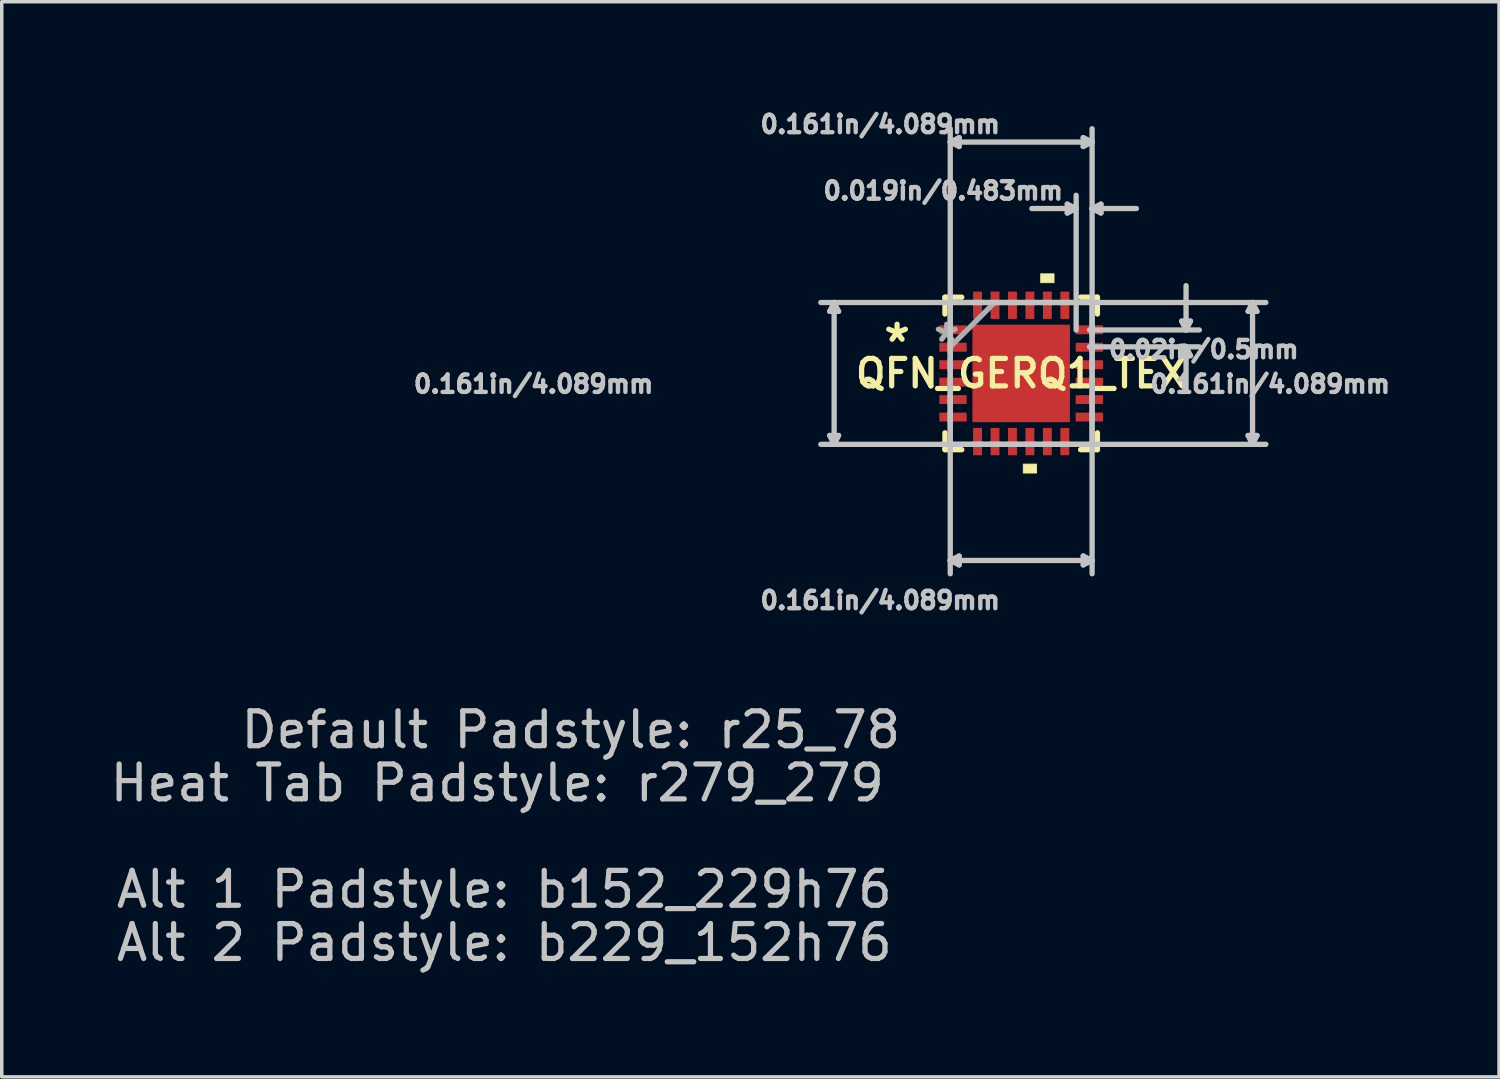
<source format=kicad_pcb>
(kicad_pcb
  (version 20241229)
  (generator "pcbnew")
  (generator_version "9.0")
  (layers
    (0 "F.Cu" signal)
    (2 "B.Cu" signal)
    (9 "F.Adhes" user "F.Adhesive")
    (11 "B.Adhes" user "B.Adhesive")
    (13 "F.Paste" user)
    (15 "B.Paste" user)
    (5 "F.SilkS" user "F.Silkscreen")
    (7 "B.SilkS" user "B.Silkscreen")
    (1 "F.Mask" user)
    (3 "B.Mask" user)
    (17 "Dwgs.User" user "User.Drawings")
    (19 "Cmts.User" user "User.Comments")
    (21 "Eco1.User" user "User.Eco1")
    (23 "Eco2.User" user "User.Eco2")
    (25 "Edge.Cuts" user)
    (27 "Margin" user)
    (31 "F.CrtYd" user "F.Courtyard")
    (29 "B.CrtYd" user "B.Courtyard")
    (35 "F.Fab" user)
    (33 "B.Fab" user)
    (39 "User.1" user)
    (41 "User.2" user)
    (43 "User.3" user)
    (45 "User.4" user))
  (footprint "QFN_GERQ1_TEX"
    (layer "F.Cu")
    (at 26.208 7.649)
    (property "Reference" "QFN_GERQ1_TEX" (at 0 0 0) (layer "F.SilkS") (effects (font (size 0.787 0.787) (thickness 0.15))))
    (attr smd)
    (fp_line (start -2.184 -2.184) (end -2.184 -1.702) (stroke (width 0.152) (type solid)) (layer "F.SilkS"))
    (fp_line (start -2.184 1.702) (end -2.184 2.184) (stroke (width 0.152) (type solid)) (layer "F.SilkS"))
    (fp_line (start -2.184 2.184) (end -1.702 2.184) (stroke (width 0.152) (type solid)) (layer "F.SilkS"))
    (fp_line (start -1.702 -2.184) (end -2.184 -2.184) (stroke (width 0.152) (type solid)) (layer "F.SilkS"))
    (fp_line (start 1.702 2.184) (end 2.184 2.184) (stroke (width 0.152) (type solid)) (layer "F.SilkS"))
    (fp_line (start 2.184 -2.184) (end 1.702 -2.184) (stroke (width 0.152) (type solid)) (layer "F.SilkS"))
    (fp_line (start 2.184 -1.702) (end 2.184 -2.184) (stroke (width 0.152) (type solid)) (layer "F.SilkS"))
    (fp_line (start 2.184 2.184) (end 2.184 1.702) (stroke (width 0.152) (type solid)) (layer "F.SilkS"))
    (fp_poly (pts (xy 0.06 2.599) (xy 0.06 2.853) (xy 0.441 2.853) (xy 0.441 2.599)) (stroke (width 0.025) (type solid)) (fill yes) (layer "F.SilkS"))
    (fp_poly (pts (xy 0.56 -2.599) (xy 0.56 -2.853) (xy 0.941 -2.853) (xy 0.941 -2.599)) (stroke (width 0.025) (type solid)) (fill yes) (layer "F.SilkS"))
    (fp_poly (pts (xy -1.297 -1.297) (xy -1.297 -0.1) (xy -0.1 -0.1) (xy -0.1 -1.297)) (stroke (width 0.025) (type solid)) (fill yes) (layer "F.Paste"))
    (fp_poly (pts (xy -1.297 0.1) (xy -1.297 1.297) (xy -0.1 1.297) (xy -0.1 0.1)) (stroke (width 0.025) (type solid)) (fill yes) (layer "F.Paste"))
    (fp_poly (pts (xy 0.1 -1.297) (xy 0.1 -0.1) (xy 1.297 -0.1) (xy 1.297 -1.297)) (stroke (width 0.025) (type solid)) (fill yes) (layer "F.Paste"))
    (fp_poly (pts (xy 0.1 0.1) (xy 0.1 1.297) (xy 1.297 1.297) (xy 1.297 0.1)) (stroke (width 0.025) (type solid)) (fill yes) (layer "F.Paste"))
    (fp_line (start -5.486 -1.778) (end -5.232 -1.778) (stroke (width 0.152) (type solid)) (layer "Dwgs.User"))
    (fp_line (start -5.486 1.778) (end -5.232 1.778) (stroke (width 0.152) (type solid)) (layer "Dwgs.User"))
    (fp_line (start -5.359 -2.032) (end -5.74 -2.032) (stroke (width 0.152) (type solid)) (layer "Dwgs.User"))
    (fp_line (start -5.359 -2.032) (end -5.486 -1.778) (stroke (width 0.152) (type solid)) (layer "Dwgs.User"))
    (fp_line (start -5.359 -2.032) (end -5.359 2.032) (stroke (width 0.152) (type solid)) (layer "Dwgs.User"))
    (fp_line (start -5.359 -2.032) (end -5.232 -1.778) (stroke (width 0.152) (type solid)) (layer "Dwgs.User"))
    (fp_line (start -5.359 2.032) (end -5.74 2.032) (stroke (width 0.152) (type solid)) (layer "Dwgs.User"))
    (fp_line (start -5.359 2.032) (end -5.486 1.778) (stroke (width 0.152) (type solid)) (layer "Dwgs.User"))
    (fp_line (start -5.359 2.032) (end -5.232 1.778) (stroke (width 0.152) (type solid)) (layer "Dwgs.User"))
    (fp_line (start -2.032 -6.629) (end -2.032 -7.01) (stroke (width 0.152) (type solid)) (layer "Dwgs.User"))
    (fp_line (start -2.032 -6.629) (end -1.778 -6.756) (stroke (width 0.152) (type solid)) (layer "Dwgs.User"))
    (fp_line (start -2.032 -6.629) (end -1.778 -6.502) (stroke (width 0.152) (type solid)) (layer "Dwgs.User"))
    (fp_line (start -2.032 -6.629) (end 2.032 -6.629) (stroke (width 0.152) (type solid)) (layer "Dwgs.User"))
    (fp_line (start -2.032 -2.032) (end -5.359 -2.032) (stroke (width 0.152) (type solid)) (layer "Dwgs.User"))
    (fp_line (start -2.032 -2.032) (end -2.032 -6.629) (stroke (width 0.152) (type solid)) (layer "Dwgs.User"))
    (fp_line (start -2.032 -2.032) (end -2.032 5.359) (stroke (width 0.152) (type solid)) (layer "Dwgs.User"))
    (fp_line (start -2.032 5.359) (end -2.032 5.74) (stroke (width 0.152) (type solid)) (layer "Dwgs.User"))
    (fp_line (start -2.032 5.359) (end -1.778 5.232) (stroke (width 0.152) (type solid)) (layer "Dwgs.User"))
    (fp_line (start -2.032 5.359) (end -1.778 5.486) (stroke (width 0.152) (type solid)) (layer "Dwgs.User"))
    (fp_line (start -2.032 5.359) (end 2.032 5.359) (stroke (width 0.152) (type solid)) (layer "Dwgs.User"))
    (fp_line (start -1.778 -6.756) (end -1.778 -6.502) (stroke (width 0.152) (type solid)) (layer "Dwgs.User"))
    (fp_line (start -1.778 5.232) (end -1.778 5.486) (stroke (width 0.152) (type solid)) (layer "Dwgs.User"))
    (fp_line (start 1.321 -4.851) (end 1.321 -4.597) (stroke (width 0.152) (type solid)) (layer "Dwgs.User"))
    (fp_line (start 1.575 -4.724) (end 0.305 -4.724) (stroke (width 0.152) (type solid)) (layer "Dwgs.User"))
    (fp_line (start 1.575 -4.724) (end 1.321 -4.851) (stroke (width 0.152) (type solid)) (layer "Dwgs.User"))
    (fp_line (start 1.575 -4.724) (end 1.321 -4.597) (stroke (width 0.152) (type solid)) (layer "Dwgs.User"))
    (fp_line (start 1.575 -4.724) (end 1.575 -5.105) (stroke (width 0.152) (type solid)) (layer "Dwgs.User"))
    (fp_line (start 1.575 -1.245) (end 1.575 -4.724) (stroke (width 0.152) (type solid)) (layer "Dwgs.User"))
    (fp_line (start 1.778 -6.756) (end 1.778 -6.502) (stroke (width 0.152) (type solid)) (layer "Dwgs.User"))
    (fp_line (start 1.778 5.232) (end 1.778 5.486) (stroke (width 0.152) (type solid)) (layer "Dwgs.User"))
    (fp_line (start 1.956 -1.245) (end 2.032 -1.245) (stroke (width 0.152) (type solid)) (layer "Dwgs.User"))
    (fp_line (start 1.956 -0.762) (end 4.724 -0.762) (stroke (width 0.152) (type solid)) (layer "Dwgs.User"))
    (fp_line (start 2.032 -6.629) (end 1.778 -6.756) (stroke (width 0.152) (type solid)) (layer "Dwgs.User"))
    (fp_line (start 2.032 -6.629) (end 1.778 -6.502) (stroke (width 0.152) (type solid)) (layer "Dwgs.User"))
    (fp_line (start 2.032 -6.629) (end 2.032 -7.01) (stroke (width 0.152) (type solid)) (layer "Dwgs.User"))
    (fp_line (start 2.032 -4.724) (end 2.032 -6.629) (stroke (width 0.152) (type solid)) (layer "Dwgs.User"))
    (fp_line (start 2.032 -4.724) (end 2.286 -4.851) (stroke (width 0.152) (type solid)) (layer "Dwgs.User"))
    (fp_line (start 2.032 -4.724) (end 2.286 -4.597) (stroke (width 0.152) (type solid)) (layer "Dwgs.User"))
    (fp_line (start 2.032 -4.724) (end 3.302 -4.724) (stroke (width 0.152) (type solid)) (layer "Dwgs.User"))
    (fp_line (start 2.032 -2.032) (end -2.032 -2.032) (stroke (width 0.152) (type solid)) (layer "Dwgs.User"))
    (fp_line (start 2.032 -2.032) (end 2.032 -4.724) (stroke (width 0.152) (type solid)) (layer "Dwgs.User"))
    (fp_line (start 2.032 -2.032) (end 6.629 -2.032) (stroke (width 0.152) (type solid)) (layer "Dwgs.User"))
    (fp_line (start 2.032 -1.245) (end 2.032 -2.032) (stroke (width 0.152) (type solid)) (layer "Dwgs.User"))
    (fp_line (start 2.032 -1.245) (end 2.032 5.359) (stroke (width 0.152) (type solid)) (layer "Dwgs.User"))
    (fp_line (start 2.032 -1.245) (end 4.724 -1.245) (stroke (width 0.152) (type solid)) (layer "Dwgs.User"))
    (fp_line (start 2.032 5.359) (end 1.778 5.232) (stroke (width 0.152) (type solid)) (layer "Dwgs.User"))
    (fp_line (start 2.032 5.359) (end 1.778 5.486) (stroke (width 0.152) (type solid)) (layer "Dwgs.User"))
    (fp_line (start 2.032 5.359) (end 2.032 5.74) (stroke (width 0.152) (type solid)) (layer "Dwgs.User"))
    (fp_line (start 2.286 -4.851) (end 2.286 -4.597) (stroke (width 0.152) (type solid)) (layer "Dwgs.User"))
    (fp_line (start 4.597 -1.499) (end 4.851 -1.499) (stroke (width 0.152) (type solid)) (layer "Dwgs.User"))
    (fp_line (start 4.597 -0.508) (end 4.851 -0.508) (stroke (width 0.152) (type solid)) (layer "Dwgs.User"))
    (fp_line (start 4.724 -1.245) (end 4.597 -1.499) (stroke (width 0.152) (type solid)) (layer "Dwgs.User"))
    (fp_line (start 4.724 -1.245) (end 4.724 -2.515) (stroke (width 0.152) (type solid)) (layer "Dwgs.User"))
    (fp_line (start 4.724 -1.245) (end 4.851 -1.499) (stroke (width 0.152) (type solid)) (layer "Dwgs.User"))
    (fp_line (start 4.724 -1.245) (end 5.105 -1.245) (stroke (width 0.152) (type solid)) (layer "Dwgs.User"))
    (fp_line (start 4.724 -0.762) (end 4.597 -0.508) (stroke (width 0.152) (type solid)) (layer "Dwgs.User"))
    (fp_line (start 4.724 -0.762) (end 4.724 0.508) (stroke (width 0.152) (type solid)) (layer "Dwgs.User"))
    (fp_line (start 4.724 -0.762) (end 4.851 -0.508) (stroke (width 0.152) (type solid)) (layer "Dwgs.User"))
    (fp_line (start 4.724 -0.762) (end 5.105 -0.762) (stroke (width 0.152) (type solid)) (layer "Dwgs.User"))
    (fp_line (start 6.502 -1.778) (end 6.756 -1.778) (stroke (width 0.152) (type solid)) (layer "Dwgs.User"))
    (fp_line (start 6.502 1.778) (end 6.756 1.778) (stroke (width 0.152) (type solid)) (layer "Dwgs.User"))
    (fp_line (start 6.629 -2.032) (end 6.502 -1.778) (stroke (width 0.152) (type solid)) (layer "Dwgs.User"))
    (fp_line (start 6.629 -2.032) (end 6.629 2.032) (stroke (width 0.152) (type solid)) (layer "Dwgs.User"))
    (fp_line (start 6.629 -2.032) (end 6.756 -1.778) (stroke (width 0.152) (type solid)) (layer "Dwgs.User"))
    (fp_line (start 6.629 -2.032) (end 7.01 -2.032) (stroke (width 0.152) (type solid)) (layer "Dwgs.User"))
    (fp_line (start 6.629 2.032) (end -5.359 2.032) (stroke (width 0.152) (type solid)) (layer "Dwgs.User"))
    (fp_line (start 6.629 2.032) (end 6.502 1.778) (stroke (width 0.152) (type solid)) (layer "Dwgs.User"))
    (fp_line (start 6.629 2.032) (end 6.756 1.778) (stroke (width 0.152) (type solid)) (layer "Dwgs.User"))
    (fp_line (start 6.629 2.032) (end 7.01 2.032) (stroke (width 0.152) (type solid)) (layer "Dwgs.User"))
    (fp_line (start -2.032 -2.032) (end -2.032 2.032) (stroke (width 0.152) (type solid)) (layer "F.Fab"))
    (fp_line (start -2.032 -1.397) (end -2.032 -1.092) (stroke (width 0.152) (type solid)) (layer "F.Fab"))
    (fp_line (start -2.032 -0.914) (end -2.032 -0.61) (stroke (width 0.152) (type solid)) (layer "F.Fab"))
    (fp_line (start -2.032 -0.762) (end -0.762 -2.032) (stroke (width 0.152) (type solid)) (layer "F.Fab"))
    (fp_line (start -2.032 -0.406) (end -2.032 -0.102) (stroke (width 0.152) (type solid)) (layer "F.Fab"))
    (fp_line (start -2.032 0.102) (end -2.032 0.406) (stroke (width 0.152) (type solid)) (layer "F.Fab"))
    (fp_line (start -2.032 0.61) (end -2.032 0.914) (stroke (width 0.152) (type solid)) (layer "F.Fab"))
    (fp_line (start -2.032 1.092) (end -2.032 1.397) (stroke (width 0.152) (type solid)) (layer "F.Fab"))
    (fp_line (start -2.032 2.032) (end 2.032 2.032) (stroke (width 0.152) (type solid)) (layer "F.Fab"))
    (fp_line (start -1.397 2.032) (end -1.092 2.032) (stroke (width 0.152) (type solid)) (layer "F.Fab"))
    (fp_line (start -1.092 -2.032) (end -1.397 -2.032) (stroke (width 0.152) (type solid)) (layer "F.Fab"))
    (fp_line (start -0.914 2.032) (end -0.61 2.032) (stroke (width 0.152) (type solid)) (layer "F.Fab"))
    (fp_line (start -0.61 -2.032) (end -0.914 -2.032) (stroke (width 0.152) (type solid)) (layer "F.Fab"))
    (fp_line (start -0.406 2.032) (end -0.102 2.032) (stroke (width 0.152) (type solid)) (layer "F.Fab"))
    (fp_line (start -0.102 -2.032) (end -0.406 -2.032) (stroke (width 0.152) (type solid)) (layer "F.Fab"))
    (fp_line (start 0.102 2.032) (end 0.406 2.032) (stroke (width 0.152) (type solid)) (layer "F.Fab"))
    (fp_line (start 0.406 -2.032) (end 0.102 -2.032) (stroke (width 0.152) (type solid)) (layer "F.Fab"))
    (fp_line (start 0.61 2.032) (end 0.914 2.032) (stroke (width 0.152) (type solid)) (layer "F.Fab"))
    (fp_line (start 0.914 -2.032) (end 0.61 -2.032) (stroke (width 0.152) (type solid)) (layer "F.Fab"))
    (fp_line (start 1.092 2.032) (end 1.397 2.032) (stroke (width 0.152) (type solid)) (layer "F.Fab"))
    (fp_line (start 1.397 -2.032) (end 1.092 -2.032) (stroke (width 0.152) (type solid)) (layer "F.Fab"))
    (fp_line (start 2.032 -2.032) (end -2.032 -2.032) (stroke (width 0.152) (type solid)) (layer "F.Fab"))
    (fp_line (start 2.032 -1.092) (end 2.032 -1.397) (stroke (width 0.152) (type solid)) (layer "F.Fab"))
    (fp_line (start 2.032 -0.61) (end 2.032 -0.914) (stroke (width 0.152) (type solid)) (layer "F.Fab"))
    (fp_line (start 2.032 -0.102) (end 2.032 -0.406) (stroke (width 0.152) (type solid)) (layer "F.Fab"))
    (fp_line (start 2.032 0.406) (end 2.032 0.102) (stroke (width 0.152) (type solid)) (layer "F.Fab"))
    (fp_line (start 2.032 0.914) (end 2.032 0.61) (stroke (width 0.152) (type solid)) (layer "F.Fab"))
    (fp_line (start 2.032 1.397) (end 2.032 1.092) (stroke (width 0.152) (type solid)) (layer "F.Fab"))
    (fp_line (start 2.032 2.032) (end 2.032 -2.032) (stroke (width 0.152) (type solid)) (layer "F.Fab"))
    (fp_text user "*" (at -3.556 -0.864 0) (layer "F.SilkS") (effects (font (size 1 1) (thickness 0.15))))
    (fp_text user "Alt 2 Padstyle: b229_152h76" (at -14.808 16.307 0) (layer "Dwgs.User") (effects (font (size 1 1) (thickness 0.15))))
    (fp_text user "0.161in/4.089mm" (at -4.039 -7.137 0) (layer "Dwgs.User") (effects (font (size 0.5 0.5) (thickness 0.15))))
    (fp_text user "0.019in/0.483mm" (at -2.235 -5.232 0) (layer "Dwgs.User") (effects (font (size 0.5 0.5) (thickness 0.15))))
    (fp_text user "Heat Tab Padstyle: r279_279" (at -15.011 11.735 0) (layer "Dwgs.User") (effects (font (size 1 1) (thickness 0.15))))
    (fp_text user "0.161in/4.089mm" (at 7.137 0.305 0) (layer "Dwgs.User") (effects (font (size 0.5 0.5) (thickness 0.15))))
    (fp_text user "0.161in/4.089mm" (at -13.97 0.305 0) (layer "Dwgs.User") (effects (font (size 0.5 0.5) (thickness 0.15))))
    (fp_text user "Default Padstyle: r25_78" (at -12.903 10.211 0) (layer "Dwgs.User") (effects (font (size 1 1) (thickness 0.15))))
    (fp_text user "0.161in/4.089mm" (at -4.039 6.502 0) (layer "Dwgs.User") (effects (font (size 0.5 0.5) (thickness 0.15))))
    (fp_text user "0.02in/0.5mm" (at 5.232 -0.686 0) (layer "Dwgs.User") (effects (font (size 0.5 0.5) (thickness 0.15))))
    (fp_text user "Alt 1 Padstyle: b152_229h76" (at -14.808 14.783 0) (layer "Dwgs.User") (effects (font (size 1 1) (thickness 0.15))))
    (fp_text user "*" (at -2.134 -0.864 0) (layer "F.Fab") (effects (font (size 1 1) (thickness 0.15))))
    (pad "1" smd rect (at -1.953 -1.25) (size 0.783 0.255) (layers "F.Cu" "F.Mask" "F.Paste"))
    (pad "2" smd rect (at -1.953 -0.75) (size 0.783 0.255) (layers "F.Cu" "F.Mask" "F.Paste"))
    (pad "3" smd rect (at -1.953 -0.25) (size 0.783 0.255) (layers "F.Cu" "F.Mask" "F.Paste"))
    (pad "4" smd rect (at -1.953 0.25) (size 0.783 0.255) (layers "F.Cu" "F.Mask" "F.Paste"))
    (pad "5" smd rect (at -1.953 0.75) (size 0.783 0.255) (layers "F.Cu" "F.Mask" "F.Paste"))
    (pad "6" smd rect (at -1.953 1.25) (size 0.783 0.255) (layers "F.Cu" "F.Mask" "F.Paste"))
    (pad "7" smd rect (at -1.25 1.953) (size 0.255 0.783) (layers "F.Cu" "F.Mask" "F.Paste"))
    (pad "8" smd rect (at -0.75 1.953) (size 0.255 0.783) (layers "F.Cu" "F.Mask" "F.Paste"))
    (pad "9" smd rect (at -0.25 1.953) (size 0.255 0.783) (layers "F.Cu" "F.Mask" "F.Paste"))
    (pad "10" smd rect (at 0.25 1.953) (size 0.255 0.783) (layers "F.Cu" "F.Mask" "F.Paste"))
    (pad "11" smd rect (at 0.75 1.953) (size 0.255 0.783) (layers "F.Cu" "F.Mask" "F.Paste"))
    (pad "12" smd rect (at 1.25 1.953) (size 0.255 0.783) (layers "F.Cu" "F.Mask" "F.Paste"))
    (pad "13" smd rect (at 1.953 1.25) (size 0.783 0.255) (layers "F.Cu" "F.Mask" "F.Paste"))
    (pad "14" smd rect (at 1.953 0.75) (size 0.783 0.255) (layers "F.Cu" "F.Mask" "F.Paste"))
    (pad "15" smd rect (at 1.953 0.25) (size 0.783 0.255) (layers "F.Cu" "F.Mask" "F.Paste"))
    (pad "16" smd rect (at 1.953 -0.25) (size 0.783 0.255) (layers "F.Cu" "F.Mask" "F.Paste"))
    (pad "17" smd rect (at 1.953 -0.75) (size 0.783 0.255) (layers "F.Cu" "F.Mask" "F.Paste"))
    (pad "18" smd rect (at 1.953 -1.25) (size 0.783 0.255) (layers "F.Cu" "F.Mask" "F.Paste"))
    (pad "19" smd rect (at 1.25 -1.953) (size 0.255 0.783) (layers "F.Cu" "F.Mask" "F.Paste"))
    (pad "20" smd rect (at 0.75 -1.953) (size 0.255 0.783) (layers "F.Cu" "F.Mask" "F.Paste"))
    (pad "21" smd rect (at 0.25 -1.953) (size 0.255 0.783) (layers "F.Cu" "F.Mask" "F.Paste"))
    (pad "22" smd rect (at -0.25 -1.953) (size 0.255 0.783) (layers "F.Cu" "F.Mask" "F.Paste"))
    (pad "23" smd rect (at -0.75 -1.953) (size 0.255 0.783) (layers "F.Cu" "F.Mask" "F.Paste"))
    (pad "24" smd rect (at -1.25 -1.953) (size 0.255 0.783) (layers "F.Cu" "F.Mask" "F.Paste"))
    (pad "25" smd rect (at 0 0) (size 2.794 2.794) (layers "F.Cu" "F.Mask")))
  (gr_rect
    (start -3 -3)
    (end 39.899 27.804)
    (stroke (width 0.1) (type default))
    (fill no)
    (layer "Edge.Cuts")))
</source>
